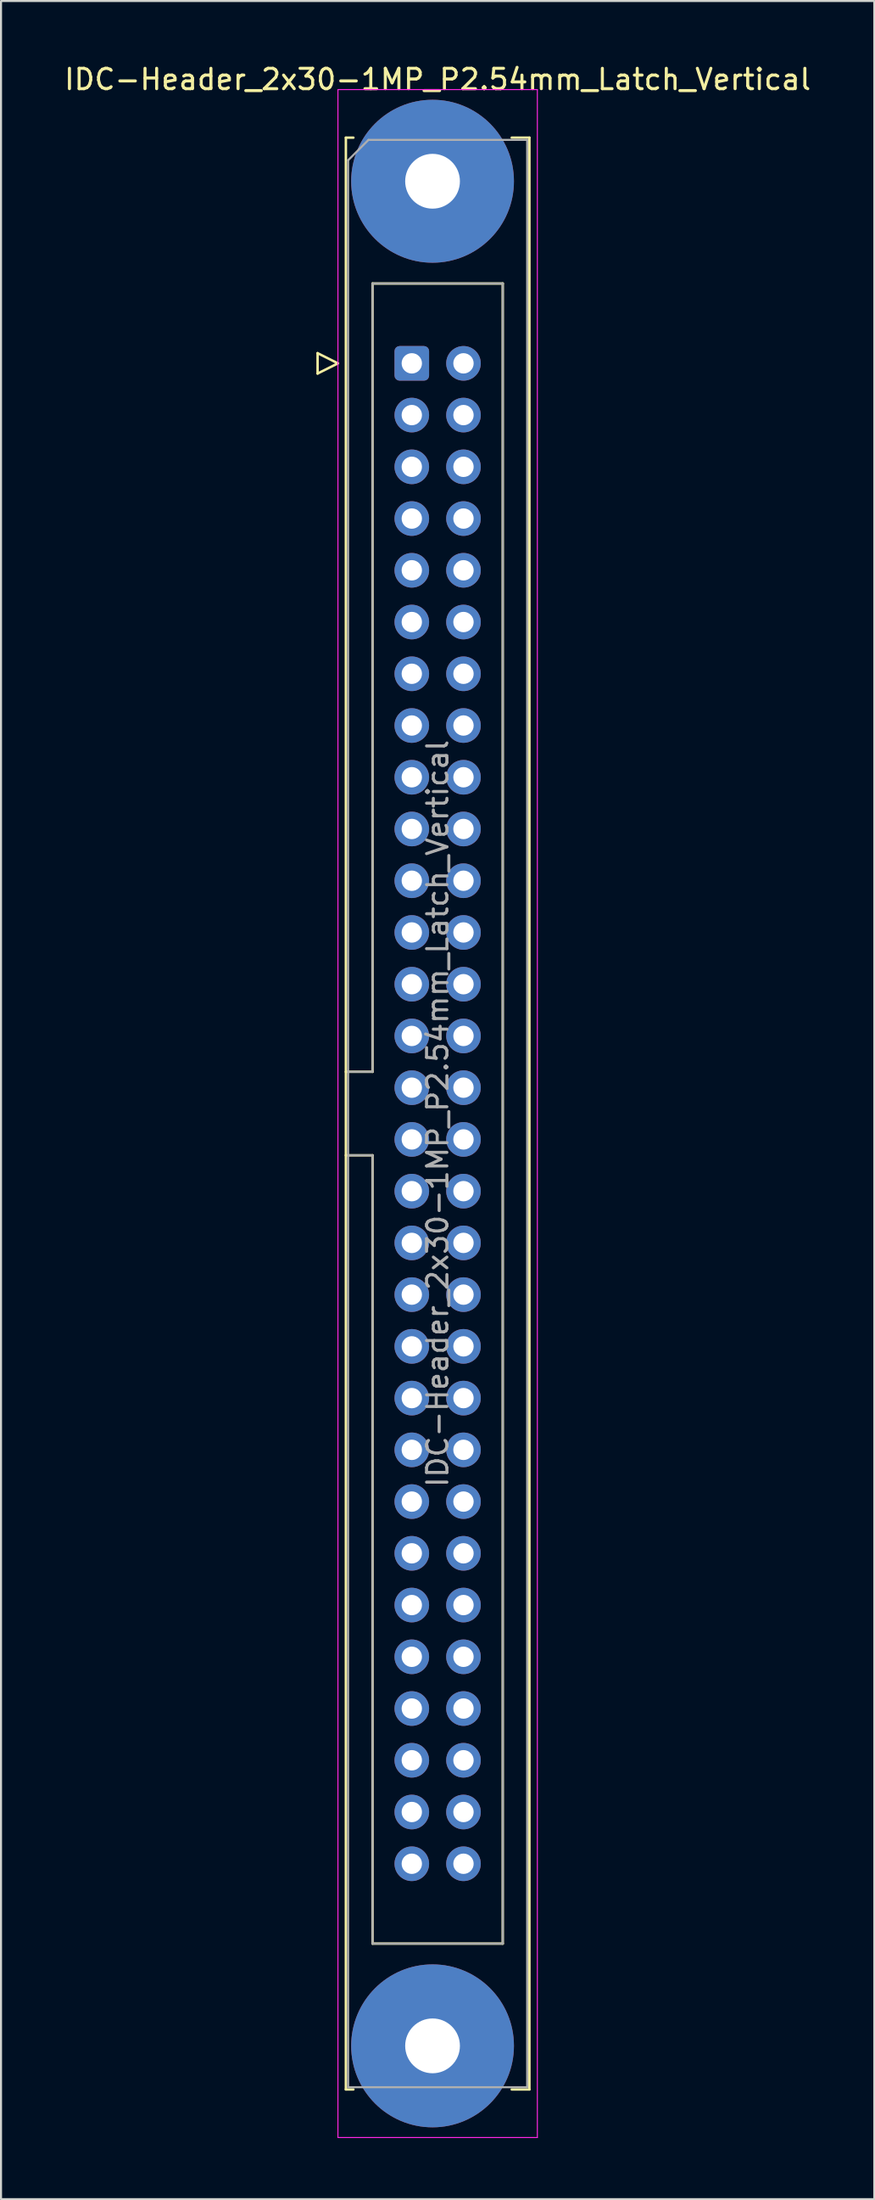
<source format=kicad_pcb>
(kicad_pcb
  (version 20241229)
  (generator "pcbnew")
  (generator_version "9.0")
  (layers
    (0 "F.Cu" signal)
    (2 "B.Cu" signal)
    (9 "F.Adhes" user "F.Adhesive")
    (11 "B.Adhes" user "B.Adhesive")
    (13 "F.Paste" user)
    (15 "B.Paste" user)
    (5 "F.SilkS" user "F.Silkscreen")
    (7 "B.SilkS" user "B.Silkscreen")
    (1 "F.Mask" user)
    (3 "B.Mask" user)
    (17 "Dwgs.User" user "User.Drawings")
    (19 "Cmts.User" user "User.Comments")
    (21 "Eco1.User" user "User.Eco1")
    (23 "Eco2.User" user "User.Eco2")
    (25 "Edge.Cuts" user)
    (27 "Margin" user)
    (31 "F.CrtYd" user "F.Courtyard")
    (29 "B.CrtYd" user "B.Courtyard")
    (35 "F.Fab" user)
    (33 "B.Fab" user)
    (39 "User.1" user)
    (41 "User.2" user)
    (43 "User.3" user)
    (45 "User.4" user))
  (footprint "IDC-Header_2x30-1MP_P2.54mm_Latch_Vertical"
    (layer "F.Cu")
    (at 17.188 14.788)
    (property "Reference" "IDC-Header_2x30-1MP_P2.54mm_Latch_Vertical" (at 1.27 -13.94 0) (layer "F.SilkS") (effects (font (size 1 1) (thickness 0.15))))
    (attr through_hole)
    (fp_line (start -4.63 -0.5) (end -4.63 0.5) (stroke (width 0.12) (type solid)) (layer "F.SilkS"))
    (fp_line (start -4.63 0.5) (end -3.63 0) (stroke (width 0.12) (type solid)) (layer "F.SilkS"))
    (fp_line (start -3.63 0) (end -4.63 -0.5) (stroke (width 0.12) (type solid)) (layer "F.SilkS"))
    (fp_line (start -3.24 -11.08) (end -3.24 84.74) (stroke (width 0.12) (type solid)) (layer "F.SilkS"))
    (fp_line (start -3.24 34.78) (end -1.93 34.78) (stroke (width 0.12) (type solid)) (layer "F.SilkS"))
    (fp_line (start -3.24 84.74) (end -2.87 84.74) (stroke (width 0.12) (type solid)) (layer "F.SilkS"))
    (fp_line (start -2.87 -11.08) (end -3.24 -11.08) (stroke (width 0.12) (type solid)) (layer "F.SilkS"))
    (fp_line (start -1.93 -3.92) (end 4.47 -3.92) (stroke (width 0.12) (type solid)) (layer "F.SilkS"))
    (fp_line (start -1.93 34.78) (end -1.93 -3.92) (stroke (width 0.12) (type solid)) (layer "F.SilkS"))
    (fp_line (start -1.93 38.88) (end -3.24 38.88) (stroke (width 0.12) (type solid)) (layer "F.SilkS"))
    (fp_line (start -1.93 77.58) (end -1.93 38.88) (stroke (width 0.12) (type solid)) (layer "F.SilkS"))
    (fp_line (start 4.47 -3.92) (end 4.47 77.58) (stroke (width 0.12) (type solid)) (layer "F.SilkS"))
    (fp_line (start 4.47 77.58) (end -1.93 77.58) (stroke (width 0.12) (type solid)) (layer "F.SilkS"))
    (fp_line (start 4.91 -11.08) (end 5.78 -11.08) (stroke (width 0.12) (type solid)) (layer "F.SilkS"))
    (fp_line (start 5.78 -11.08) (end 5.78 84.74) (stroke (width 0.12) (type solid)) (layer "F.SilkS"))
    (fp_line (start 5.78 84.74) (end 4.91 84.74) (stroke (width 0.12) (type solid)) (layer "F.SilkS"))
    (fp_line (start -3.63 -13.44) (end -3.63 87.1) (stroke (width 0.05) (type solid)) (layer "F.CrtYd"))
    (fp_line (start -3.63 87.1) (end 6.17 87.1) (stroke (width 0.05) (type solid)) (layer "F.CrtYd"))
    (fp_line (start 6.17 -13.44) (end -3.63 -13.44) (stroke (width 0.05) (type solid)) (layer "F.CrtYd"))
    (fp_line (start 6.17 87.1) (end 6.17 -13.44) (stroke (width 0.05) (type solid)) (layer "F.CrtYd"))
    (fp_line (start -3.13 -9.97) (end -2.13 -10.97) (stroke (width 0.1) (type solid)) (layer "F.Fab"))
    (fp_line (start -3.13 34.78) (end -1.93 34.78) (stroke (width 0.1) (type solid)) (layer "F.Fab"))
    (fp_line (start -3.13 84.63) (end -3.13 -9.97) (stroke (width 0.1) (type solid)) (layer "F.Fab"))
    (fp_line (start -2.13 -10.97) (end 5.67 -10.97) (stroke (width 0.1) (type solid)) (layer "F.Fab"))
    (fp_line (start -1.93 -3.92) (end 4.47 -3.92) (stroke (width 0.1) (type solid)) (layer "F.Fab"))
    (fp_line (start -1.93 34.78) (end -1.93 -3.92) (stroke (width 0.1) (type solid)) (layer "F.Fab"))
    (fp_line (start -1.93 38.88) (end -3.13 38.88) (stroke (width 0.1) (type solid)) (layer "F.Fab"))
    (fp_line (start -1.93 77.58) (end -1.93 38.88) (stroke (width 0.1) (type solid)) (layer "F.Fab"))
    (fp_line (start 4.47 -3.92) (end 4.47 77.58) (stroke (width 0.1) (type solid)) (layer "F.Fab"))
    (fp_line (start 4.47 77.58) (end -1.93 77.58) (stroke (width 0.1) (type solid)) (layer "F.Fab"))
    (fp_line (start 5.67 -10.97) (end 5.67 84.63) (stroke (width 0.1) (type solid)) (layer "F.Fab"))
    (fp_line (start 5.67 84.63) (end -3.13 84.63) (stroke (width 0.1) (type solid)) (layer "F.Fab"))
    (fp_text user "${REFERENCE}" (at 1.27 36.83 90) (layer "F.Fab") (effects (font (size 1 1) (thickness 0.15))))
    (pad "1" thru_hole roundrect (at 0 0) (size 1.7 1.7) (drill 1) (layers "*.Cu" "*.Mask") (roundrect_rratio 0.147))
    (pad "2" thru_hole circle (at 2.54 0) (size 1.7 1.7) (drill 1) (layers "*.Cu" "*.Mask"))
    (pad "3" thru_hole circle (at 0 2.54) (size 1.7 1.7) (drill 1) (layers "*.Cu" "*.Mask"))
    (pad "4" thru_hole circle (at 2.54 2.54) (size 1.7 1.7) (drill 1) (layers "*.Cu" "*.Mask"))
    (pad "5" thru_hole circle (at 0 5.08) (size 1.7 1.7) (drill 1) (layers "*.Cu" "*.Mask"))
    (pad "6" thru_hole circle (at 2.54 5.08) (size 1.7 1.7) (drill 1) (layers "*.Cu" "*.Mask"))
    (pad "7" thru_hole circle (at 0 7.62) (size 1.7 1.7) (drill 1) (layers "*.Cu" "*.Mask"))
    (pad "8" thru_hole circle (at 2.54 7.62) (size 1.7 1.7) (drill 1) (layers "*.Cu" "*.Mask"))
    (pad "9" thru_hole circle (at 0 10.16) (size 1.7 1.7) (drill 1) (layers "*.Cu" "*.Mask"))
    (pad "10" thru_hole circle (at 2.54 10.16) (size 1.7 1.7) (drill 1) (layers "*.Cu" "*.Mask"))
    (pad "11" thru_hole circle (at 0 12.7) (size 1.7 1.7) (drill 1) (layers "*.Cu" "*.Mask"))
    (pad "12" thru_hole circle (at 2.54 12.7) (size 1.7 1.7) (drill 1) (layers "*.Cu" "*.Mask"))
    (pad "13" thru_hole circle (at 0 15.24) (size 1.7 1.7) (drill 1) (layers "*.Cu" "*.Mask"))
    (pad "14" thru_hole circle (at 2.54 15.24) (size 1.7 1.7) (drill 1) (layers "*.Cu" "*.Mask"))
    (pad "15" thru_hole circle (at 0 17.78) (size 1.7 1.7) (drill 1) (layers "*.Cu" "*.Mask"))
    (pad "16" thru_hole circle (at 2.54 17.78) (size 1.7 1.7) (drill 1) (layers "*.Cu" "*.Mask"))
    (pad "17" thru_hole circle (at 0 20.32) (size 1.7 1.7) (drill 1) (layers "*.Cu" "*.Mask"))
    (pad "18" thru_hole circle (at 2.54 20.32) (size 1.7 1.7) (drill 1) (layers "*.Cu" "*.Mask"))
    (pad "19" thru_hole circle (at 0 22.86) (size 1.7 1.7) (drill 1) (layers "*.Cu" "*.Mask"))
    (pad "20" thru_hole circle (at 2.54 22.86) (size 1.7 1.7) (drill 1) (layers "*.Cu" "*.Mask"))
    (pad "21" thru_hole circle (at 0 25.4) (size 1.7 1.7) (drill 1) (layers "*.Cu" "*.Mask"))
    (pad "22" thru_hole circle (at 2.54 25.4) (size 1.7 1.7) (drill 1) (layers "*.Cu" "*.Mask"))
    (pad "23" thru_hole circle (at 0 27.94) (size 1.7 1.7) (drill 1) (layers "*.Cu" "*.Mask"))
    (pad "24" thru_hole circle (at 2.54 27.94) (size 1.7 1.7) (drill 1) (layers "*.Cu" "*.Mask"))
    (pad "25" thru_hole circle (at 0 30.48) (size 1.7 1.7) (drill 1) (layers "*.Cu" "*.Mask"))
    (pad "26" thru_hole circle (at 2.54 30.48) (size 1.7 1.7) (drill 1) (layers "*.Cu" "*.Mask"))
    (pad "27" thru_hole circle (at 0 33.02) (size 1.7 1.7) (drill 1) (layers "*.Cu" "*.Mask"))
    (pad "28" thru_hole circle (at 2.54 33.02) (size 1.7 1.7) (drill 1) (layers "*.Cu" "*.Mask"))
    (pad "29" thru_hole circle (at 0 35.56) (size 1.7 1.7) (drill 1) (layers "*.Cu" "*.Mask"))
    (pad "30" thru_hole circle (at 2.54 35.56) (size 1.7 1.7) (drill 1) (layers "*.Cu" "*.Mask"))
    (pad "31" thru_hole circle (at 0 38.1) (size 1.7 1.7) (drill 1) (layers "*.Cu" "*.Mask"))
    (pad "32" thru_hole circle (at 2.54 38.1) (size 1.7 1.7) (drill 1) (layers "*.Cu" "*.Mask"))
    (pad "33" thru_hole circle (at 0 40.64) (size 1.7 1.7) (drill 1) (layers "*.Cu" "*.Mask"))
    (pad "34" thru_hole circle (at 2.54 40.64) (size 1.7 1.7) (drill 1) (layers "*.Cu" "*.Mask"))
    (pad "35" thru_hole circle (at 0 43.18) (size 1.7 1.7) (drill 1) (layers "*.Cu" "*.Mask"))
    (pad "36" thru_hole circle (at 2.54 43.18) (size 1.7 1.7) (drill 1) (layers "*.Cu" "*.Mask"))
    (pad "37" thru_hole circle (at 0 45.72) (size 1.7 1.7) (drill 1) (layers "*.Cu" "*.Mask"))
    (pad "38" thru_hole circle (at 2.54 45.72) (size 1.7 1.7) (drill 1) (layers "*.Cu" "*.Mask"))
    (pad "39" thru_hole circle (at 0 48.26) (size 1.7 1.7) (drill 1) (layers "*.Cu" "*.Mask"))
    (pad "40" thru_hole circle (at 2.54 48.26) (size 1.7 1.7) (drill 1) (layers "*.Cu" "*.Mask"))
    (pad "41" thru_hole circle (at 0 50.8) (size 1.7 1.7) (drill 1) (layers "*.Cu" "*.Mask"))
    (pad "42" thru_hole circle (at 2.54 50.8) (size 1.7 1.7) (drill 1) (layers "*.Cu" "*.Mask"))
    (pad "43" thru_hole circle (at 0 53.34) (size 1.7 1.7) (drill 1) (layers "*.Cu" "*.Mask"))
    (pad "44" thru_hole circle (at 2.54 53.34) (size 1.7 1.7) (drill 1) (layers "*.Cu" "*.Mask"))
    (pad "45" thru_hole circle (at 0 55.88) (size 1.7 1.7) (drill 1) (layers "*.Cu" "*.Mask"))
    (pad "46" thru_hole circle (at 2.54 55.88) (size 1.7 1.7) (drill 1) (layers "*.Cu" "*.Mask"))
    (pad "47" thru_hole circle (at 0 58.42) (size 1.7 1.7) (drill 1) (layers "*.Cu" "*.Mask"))
    (pad "48" thru_hole circle (at 2.54 58.42) (size 1.7 1.7) (drill 1) (layers "*.Cu" "*.Mask"))
    (pad "49" thru_hole circle (at 0 60.96) (size 1.7 1.7) (drill 1) (layers "*.Cu" "*.Mask"))
    (pad "50" thru_hole circle (at 2.54 60.96) (size 1.7 1.7) (drill 1) (layers "*.Cu" "*.Mask"))
    (pad "51" thru_hole circle (at 0 63.5) (size 1.7 1.7) (drill 1) (layers "*.Cu" "*.Mask"))
    (pad "52" thru_hole circle (at 2.54 63.5) (size 1.7 1.7) (drill 1) (layers "*.Cu" "*.Mask"))
    (pad "53" thru_hole circle (at 0 66.04) (size 1.7 1.7) (drill 1) (layers "*.Cu" "*.Mask"))
    (pad "54" thru_hole circle (at 2.54 66.04) (size 1.7 1.7) (drill 1) (layers "*.Cu" "*.Mask"))
    (pad "55" thru_hole circle (at 0 68.58) (size 1.7 1.7) (drill 1) (layers "*.Cu" "*.Mask"))
    (pad "56" thru_hole circle (at 2.54 68.58) (size 1.7 1.7) (drill 1) (layers "*.Cu" "*.Mask"))
    (pad "57" thru_hole circle (at 0 71.12) (size 1.7 1.7) (drill 1) (layers "*.Cu" "*.Mask"))
    (pad "58" thru_hole circle (at 2.54 71.12) (size 1.7 1.7) (drill 1) (layers "*.Cu" "*.Mask"))
    (pad "59" thru_hole circle (at 0 73.66) (size 1.7 1.7) (drill 1) (layers "*.Cu" "*.Mask"))
    (pad "60" thru_hole circle (at 2.54 73.66) (size 1.7 1.7) (drill 1) (layers "*.Cu" "*.Mask"))
    (pad "MP" thru_hole circle (at 1.02 -8.94) (size 8 8) (drill 2.69) (layers "*.Cu" "*.Mask"))
    (pad "MP" thru_hole circle (at 1.02 82.6) (size 8 8) (drill 2.69) (layers "*.Cu" "*.Mask")))
  (gr_rect
    (start -3 -3)
    (end 39.917 104.913)
    (stroke (width 0.1) (type default))
    (fill no)
    (layer "Edge.Cuts")))
</source>
